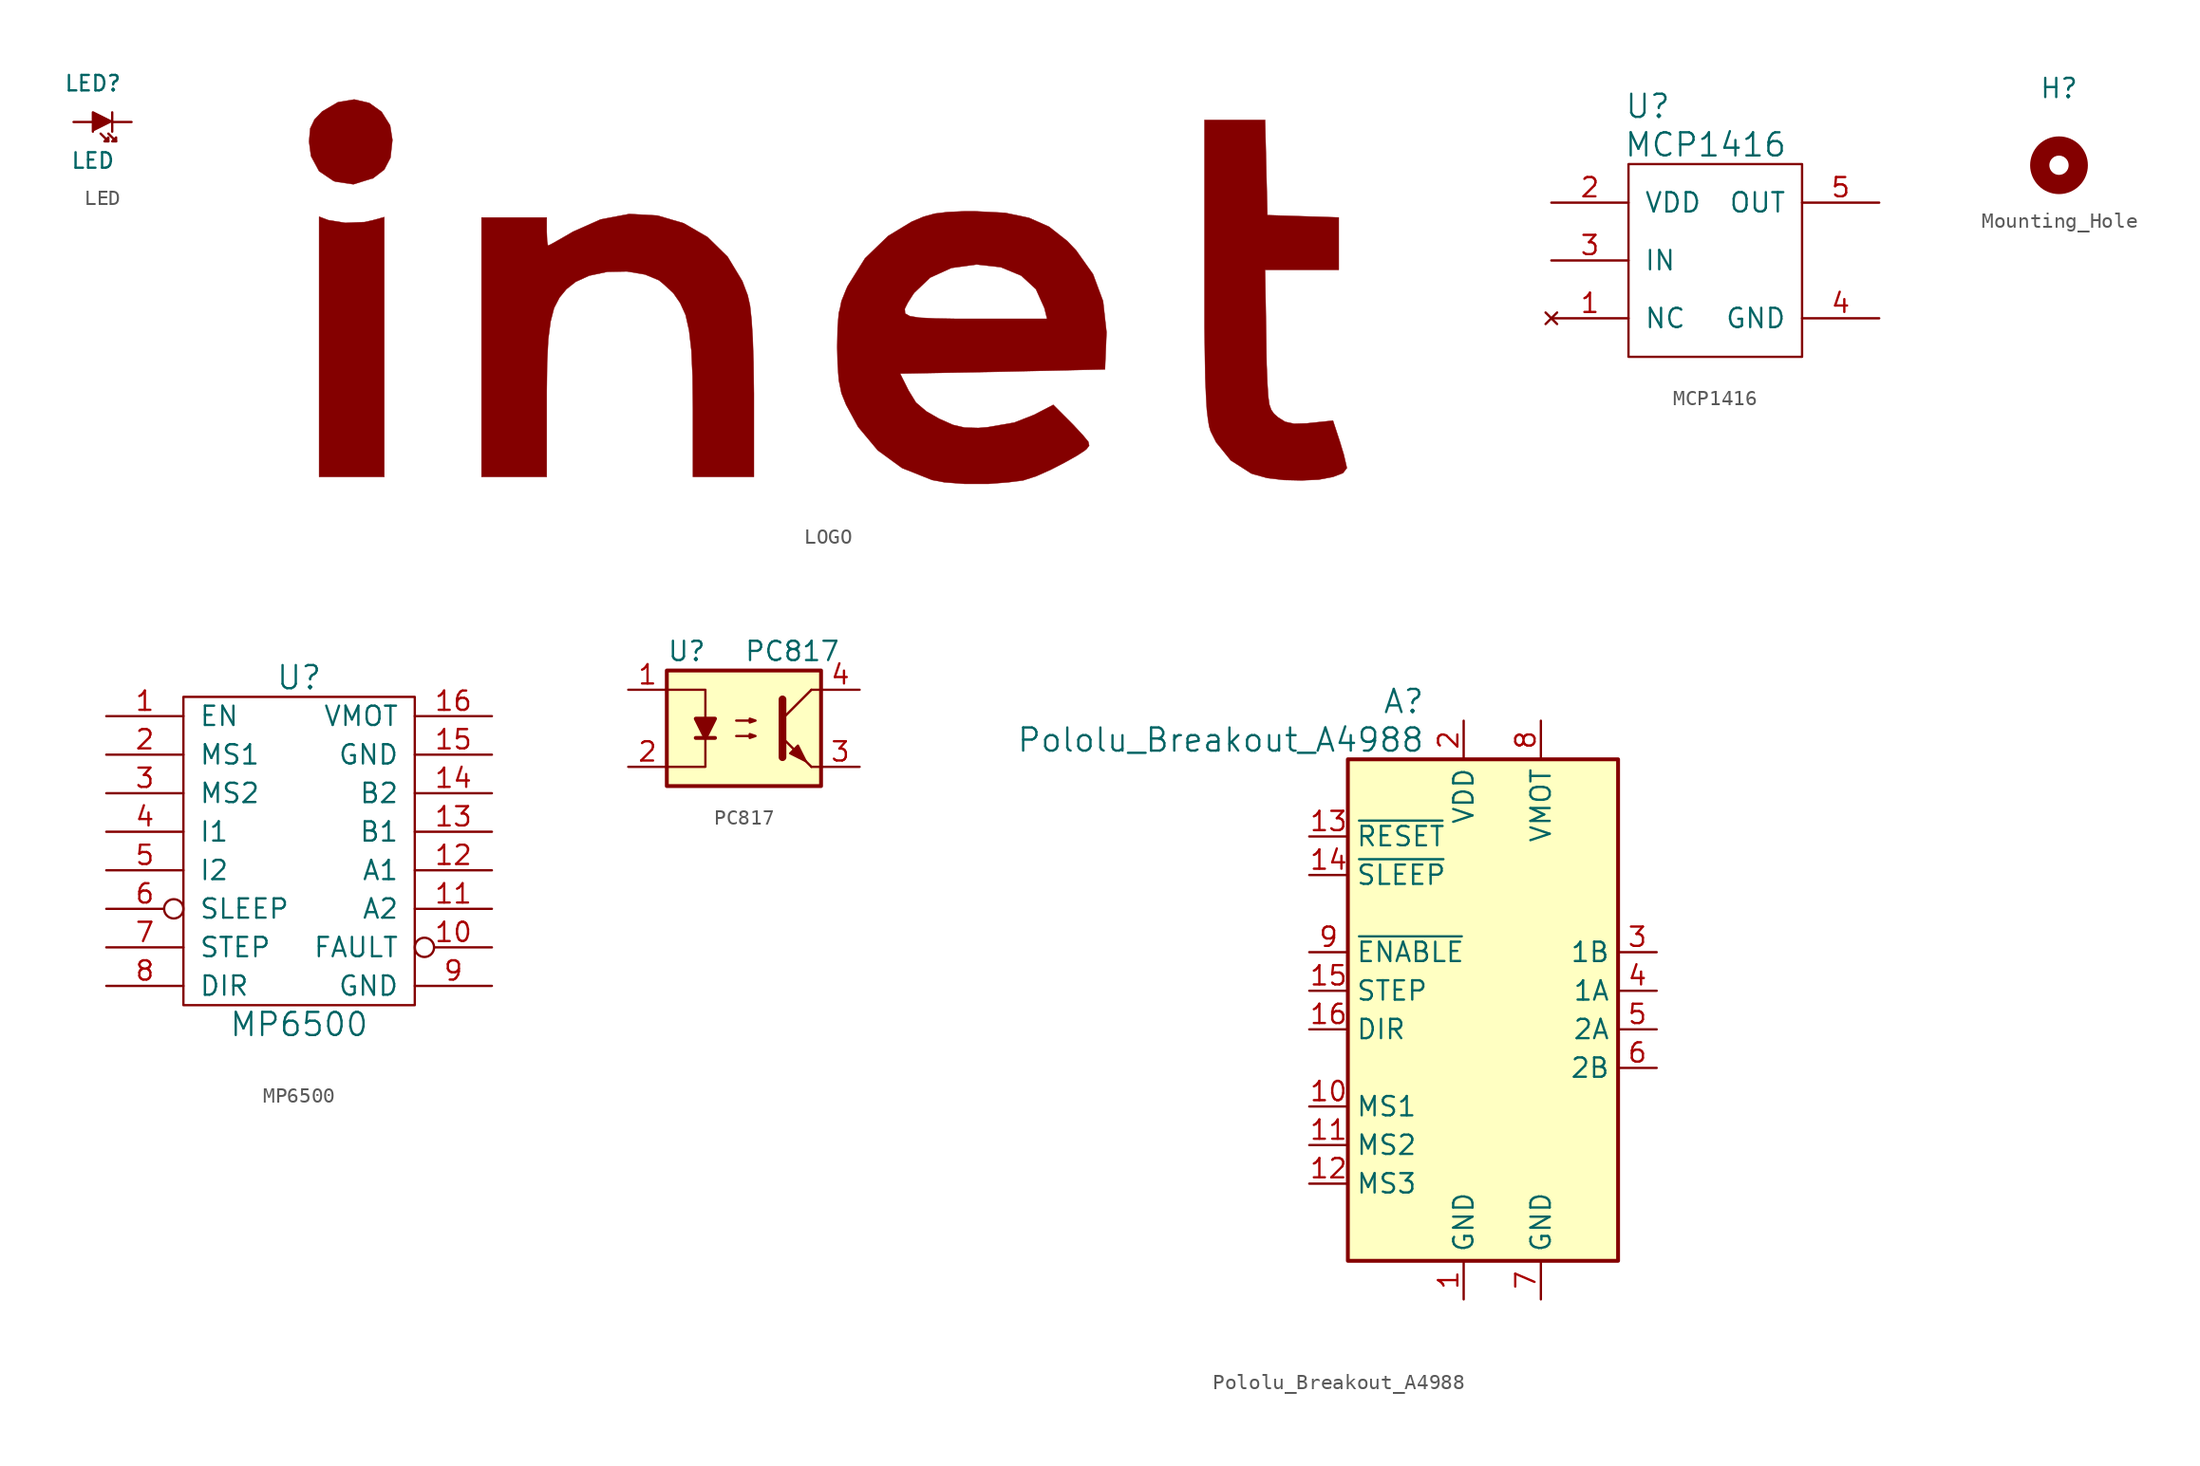
<source format=kicad_sym>
(kicad_symbol_lib
  (version 20211014)
  (generator kicad_symbol_editor)
  (symbol "LED"
    (pin_numbers hide)
    (pin_names
      (offset 1.016) hide)
    (property "Reference" "LED"
      (at 0 2.54 0)
      (effects (font (size 1.016 1.016))))
    (property "Value" "LED"
      (at 0 -2.54 0)
      (effects (font (size 1.016 1.016))))
    (property "Footprint" ""
      (at 0 0 0)
      (effects (font (size 1.524 1.524))))
    (property "Datasheet" ""
      (at 0 0 0)
      (effects (font (size 1.524 1.524))))
    (symbol "LED_0_1"
      (polyline (pts (xy 0.508 -0.762) (xy 1.016 -1.27) (xy 1.016 -1.27)) (stroke (width 0) (type default) (color 0 0 0 0)) (fill (type none)))
      (polyline (pts (xy 1.016 -0.762) (xy 1.524 -1.27) (xy 1.524 -1.27)) (stroke (width 0) (type default) (color 0 0 0 0)) (fill (type none)))
      (polyline (pts (xy 1.27 -0.635) (xy 1.27 0.635) (xy 1.27 0.635)) (stroke (width 0) (type default) (color 0 0 0 0)) (fill (type none)))
      (polyline (pts (xy 1.27 0) (xy 0 0.635) (xy 0 -0.635) (xy 0 -0.635)) (stroke (width 0) (type default) (color 0 0 0 0)) (fill (type outline)))
      (polyline (pts (xy 1.524 -1.27) (xy 1.27 -1.27) (xy 1.524 -1.016) (xy 1.524 -1.27) (xy 1.524 -1.27)) (stroke (width 0) (type default) (color 0 0 0 0)) (fill (type outline)))
      (polyline (pts (xy 1.016 -1.27) (xy 0.762 -1.27) (xy 1.016 -1.016) (xy 1.016 -1.27) (xy 1.016 -1.27) (xy 1.016 -1.27)) (stroke (width 0) (type default) (color 0 0 0 0)) (fill (type outline))))
    (symbol "LED_1_1"
      (pin passive line (at -1.27 0 0) (length 1.27) (name "A" (effects (font (size 1.016 1.016)))) (number "1" (effects (font (size 1.016 1.016)))))
      (pin passive line (at 2.54 0 180) (length 1.27) (name "K" (effects (font (size 1.016 1.016)))) (number "2" (effects (font (size 1.016 1.016)))))))
  (symbol "LOGO"
    (pin_names
      (offset 1.016))
    (property "Reference" "#G"
      (at 0 -15.799 0)
      (effects (font (size 1.524 1.524)) hide))
    (symbol "LOGO_0_0"
      (polyline (pts (xy -30.201 5.359) (xy -30.937 5.156) (xy -31.496 5.029) (xy -32.766 4.978) (xy -33.884 5.156) (xy -34.493 5.385) (xy -34.493 -11.76) (xy -30.201 -11.76) (xy -30.201 5.359)) (stroke (width 0.025) (type default) (color 0 0 0 0)) (fill (type outline)))
      (polyline (pts (xy -31.013 7.899) (xy -30.963 7.899) (xy -30.201 8.484) (xy -29.794 9.271) (xy -29.667 10.439) (xy -29.82 11.405) (xy -30.378 12.294) (xy -31.191 12.878) (xy -32.182 13.106) (xy -33.249 12.929) (xy -34.29 12.319) (xy -34.798 11.786) (xy -35.077 11.201) (xy -35.154 10.338) (xy -35.027 9.373) (xy -34.493 8.382) (xy -33.553 7.747) (xy -33.426 7.696) (xy -32.233 7.518) (xy -31.013 7.899)) (stroke (width 0.025) (type default) (color 0 0 0 0)) (fill (type outline)))
      (polyline (pts (xy 31.318 -11.938) (xy 32.258 -11.76) (xy 32.918 -11.506) (xy 33.172 -11.176) (xy 33.122 -10.947) (xy 32.969 -10.287) (xy 32.715 -9.449) (xy 32.258 -8.052) (xy 30.785 -8.204) (xy 30.556 -8.23) (xy 29.693 -8.255) (xy 29.108 -8.128) (xy 28.626 -7.823) (xy 28.6 -7.798) (xy 28.372 -7.595) (xy 28.194 -7.341) (xy 28.067 -6.985) (xy 27.991 -6.426) (xy 27.94 -5.588) (xy 27.889 -4.369) (xy 27.864 -2.692) (xy 27.788 1.88) (xy 32.639 1.88) (xy 32.639 5.334) (xy 30.277 5.41) (xy 27.94 5.486) (xy 27.864 8.611) (xy 27.788 11.76) (xy 23.8 11.76) (xy 23.8 -1.854) (xy 23.825 -3.759) (xy 23.851 -5.258) (xy 23.901 -6.426) (xy 23.952 -7.315) (xy 24.028 -7.95) (xy 24.105 -8.433) (xy 24.206 -8.763) (xy 24.562 -9.474) (xy 25.527 -10.668) (xy 26.873 -11.532) (xy 27.026 -11.582) (xy 27.94 -11.836) (xy 29.032 -11.963) (xy 30.201 -11.989) (xy 31.318 -11.938)) (stroke (width 0.025) (type default) (color 0 0 0 0)) (fill (type outline)))
      (polyline (pts (xy -19.507 -6.223) (xy -19.482 -4.242) (xy -19.406 -2.692) (xy -19.253 -1.524) (xy -19.025 -0.635) (xy -18.669 0.051) (xy -18.212 0.61) (xy -17.602 1.092) (xy -16.713 1.499) (xy -15.519 1.753) (xy -14.224 1.778) (xy -13.03 1.575) (xy -12.116 1.194) (xy -11.811 0.94) (xy -11.176 0.356) (xy -10.719 -0.305) (xy -10.363 -1.092) (xy -10.135 -2.108) (xy -9.982 -3.429) (xy -9.906 -5.131) (xy -9.881 -7.29) (xy -9.881 -11.76) (xy -5.867 -11.76) (xy -5.867 -6.274) (xy -5.893 -4.216) (xy -5.944 -2.642) (xy -6.02 -1.422) (xy -6.121 -0.483) (xy -6.274 0.203) (xy -6.629 1.143) (xy -7.595 2.743) (xy -8.915 4.039) (xy -10.49 4.953) (xy -12.217 5.461) (xy -14.072 5.563) (xy -15.951 5.207) (xy -17.78 4.394) (xy -18.567 3.937) (xy -19.152 3.607) (xy -19.406 3.48) (xy -19.431 3.48) (xy -19.482 3.785) (xy -19.507 4.42) (xy -19.507 5.334) (xy -23.8 5.334) (xy -23.8 -11.76) (xy -19.507 -11.76) (xy -19.507 -6.223)) (stroke (width 0.025) (type default) (color 0 0 0 0)) (fill (type outline)))
      (polyline (pts (xy 10.871 -12.116) (xy 11.862 -11.989) (xy 12.725 -11.709) (xy 13.691 -11.278) (xy 14.58 -10.82) (xy 15.392 -10.363) (xy 15.9 -10.033) (xy 16.027 -9.931) (xy 16.205 -9.703) (xy 16.154 -9.449) (xy 15.799 -9.017) (xy 15.138 -8.306) (xy 13.843 -7.01) (xy 12.573 -7.671) (xy 11.278 -8.179) (xy 9.525 -8.484) (xy 8.915 -8.534) (xy 8.001 -8.509) (xy 7.239 -8.331) (xy 6.325 -7.925) (xy 5.486 -7.442) (xy 4.801 -6.858) (xy 4.318 -6.071) (xy 3.759 -4.953) (xy 10.49 -4.826) (xy 17.247 -4.674) (xy 17.348 -2.235) (xy 17.12 -0.178) (xy 16.459 1.6) (xy 15.342 3.175) (xy 14.757 3.785) (xy 13.564 4.724) (xy 12.243 5.309) (xy 10.668 5.639) (xy 8.687 5.74) (xy 8.001 5.74) (xy 6.883 5.69) (xy 6.045 5.588) (xy 5.309 5.385) (xy 4.521 5.055) (xy 2.972 4.115) (xy 1.448 2.642) (xy 0.305 0.813) (xy 0.203 0.584) (xy -0.102 -0.178) (xy -0.203 -0.686) (xy 4.064 -0.686) (xy 4.267 -0.279) (xy 4.623 0.279) (xy 4.699 0.381) (xy 5.74 1.372) (xy 7.137 2.007) (xy 8.788 2.235) (xy 10.389 2.057) (xy 11.735 1.499) (xy 12.7 0.61) (xy 13.259 -0.635) (xy 13.437 -1.346) (xy 7.544 -1.346) (xy 6.071 -1.321) (xy 5.029 -1.27) (xy 4.394 -1.168) (xy 4.089 -0.991) (xy 4.064 -0.686) (xy -0.203 -0.686) (xy -0.279 -0.965) (xy -0.356 -1.905) (xy -0.381 -3.2) (xy -0.356 -4.318) (xy -0.279 -5.385) (xy -0.102 -6.248) (xy 0.203 -7.01) (xy 0.991 -8.458) (xy 2.286 -10.008) (xy 3.886 -11.176) (xy 5.867 -11.963) (xy 6.68 -12.116) (xy 8.001 -12.217) (xy 9.576 -12.217) (xy 10.871 -12.116)) (stroke (width 0.025) (type default) (color 0 0 0 0)) (fill (type outline)))))
  (symbol "MCP1416"
    (pin_names
      (offset 1.016))
    (property "Reference" "U"
      (at 1.27 10.16 0)
      (effects (font (size 1.524 1.524))))
    (property "Value" "MCP1416"
      (at 5.08 7.62 0)
      (effects (font (size 1.524 1.524))))
    (property "Footprint" ""
      (at 0 0 0)
      (effects (font (size 1.524 1.524))))
    (property "Datasheet" ""
      (at 0 0 0)
      (effects (font (size 1.524 1.524))))
    (symbol "MCP1416_0_1"
      (rectangle (start 0 6.35) (end 11.43 -6.35) (stroke (width 0) (type default) (color 0 0 0 0)) (fill (type none))))
    (symbol "MCP1416_1_1"
      (pin no_connect line (at -5.08 -3.81 0) (length 5.08) (name "NC" (effects (font (size 1.27 1.27)))) (number "1" (effects (font (size 1.27 1.27)))))
      (pin power_in line (at -5.08 3.81 0) (length 5.08) (name "VDD" (effects (font (size 1.27 1.27)))) (number "2" (effects (font (size 1.27 1.27)))))
      (pin input line (at -5.08 0 0) (length 5.08) (name "IN" (effects (font (size 1.27 1.27)))) (number "3" (effects (font (size 1.27 1.27)))))
      (pin power_in line (at 16.51 -3.81 180) (length 5.08) (name "GND" (effects (font (size 1.27 1.27)))) (number "4" (effects (font (size 1.27 1.27)))))
      (pin output line (at 16.51 3.81 180) (length 5.08) (name "OUT" (effects (font (size 1.27 1.27)))) (number "5" (effects (font (size 1.27 1.27)))))))
  (symbol "Mounting_Hole"
    (pin_names
      (offset 1.016))
    (property "Reference" "H"
      (at 0 5.08 0)
      (effects (font (size 1.27 1.27))))
    (symbol "Mounting_Hole_0_1"
      (circle (center 0 0) (radius 1.27) (stroke (width 1.27) (type default) (color 0 0 0 0)) (fill (type none)))))
  (symbol "MP6500"
    (pin_names
      (offset 1.016))
    (property "Reference" "U"
      (at 0 11.43 0)
      (effects (font (size 1.524 1.524))))
    (property "Value" "MP6500"
      (at 0 -11.43 0)
      (effects (font (size 1.524 1.524))))
    (symbol "MP6500_0_1"
      (rectangle (start -7.62 10.16) (end 7.62 -10.16) (stroke (width 0) (type default) (color 0 0 0 0)) (fill (type none))))
    (symbol "MP6500_1_1"
      (pin passive line (at -12.7 8.89 0) (length 5.08) (name "EN" (effects (font (size 1.27 1.27)))) (number "1" (effects (font (size 1.27 1.27)))))
      (pin passive inverted (at 12.7 -6.35 180) (length 5.08) (name "FAULT" (effects (font (size 1.27 1.27)))) (number "10" (effects (font (size 1.27 1.27)))))
      (pin passive line (at 12.7 -3.81 180) (length 5.08) (name "A2" (effects (font (size 1.27 1.27)))) (number "11" (effects (font (size 1.27 1.27)))))
      (pin passive line (at 12.7 -1.27 180) (length 5.08) (name "A1" (effects (font (size 1.27 1.27)))) (number "12" (effects (font (size 1.27 1.27)))))
      (pin passive line (at 12.7 1.27 180) (length 5.08) (name "B1" (effects (font (size 1.27 1.27)))) (number "13" (effects (font (size 1.27 1.27)))))
      (pin passive line (at 12.7 3.81 180) (length 5.08) (name "B2" (effects (font (size 1.27 1.27)))) (number "14" (effects (font (size 1.27 1.27)))))
      (pin passive line (at 12.7 6.35 180) (length 5.08) (name "GND" (effects (font (size 1.27 1.27)))) (number "15" (effects (font (size 1.27 1.27)))))
      (pin passive line (at 12.7 8.89 180) (length 5.08) (name "VMOT" (effects (font (size 1.27 1.27)))) (number "16" (effects (font (size 1.27 1.27)))))
      (pin passive line (at -12.7 6.35 0) (length 5.08) (name "MS1" (effects (font (size 1.27 1.27)))) (number "2" (effects (font (size 1.27 1.27)))))
      (pin passive line (at -12.7 3.81 0) (length 5.08) (name "MS2" (effects (font (size 1.27 1.27)))) (number "3" (effects (font (size 1.27 1.27)))))
      (pin passive line (at -12.7 1.27 0) (length 5.08) (name "I1" (effects (font (size 1.27 1.27)))) (number "4" (effects (font (size 1.27 1.27)))))
      (pin passive line (at -12.7 -1.27 0) (length 5.08) (name "I2" (effects (font (size 1.27 1.27)))) (number "5" (effects (font (size 1.27 1.27)))))
      (pin passive inverted (at -12.7 -3.81 0) (length 5.08) (name "SLEEP" (effects (font (size 1.27 1.27)))) (number "6" (effects (font (size 1.27 1.27)))))
      (pin passive line (at -12.7 -6.35 0) (length 5.08) (name "STEP" (effects (font (size 1.27 1.27)))) (number "7" (effects (font (size 1.27 1.27)))))
      (pin passive line (at -12.7 -8.89 0) (length 5.08) (name "DIR" (effects (font (size 1.27 1.27)))) (number "8" (effects (font (size 1.27 1.27)))))
      (pin passive line (at 12.7 -8.89 180) (length 5.08) (name "GND" (effects (font (size 1.27 1.27)))) (number "9" (effects (font (size 1.27 1.27)))))))
  (symbol "PC817"
    (pin_names
      (offset 1.016))
    (property "Reference" "U"
      (at -5.08 5.08 0)
      (effects (font (size 1.27 1.27)) (justify left)))
    (property "Value" "PC817"
      (at 0 5.08 0)
      (effects (font (size 1.27 1.27)) (justify left)))
    (symbol "PC817_0_1"
      (rectangle (start -5.08 3.81) (end 5.08 -3.81) (stroke (width 0.254) (type default) (color 0 0 0 0)) (fill (type background)))
      (polyline (pts (xy -3.175 -0.635) (xy -1.905 -0.635)) (stroke (width 0.254) (type default) (color 0 0 0 0)) (fill (type none)))
      (polyline (pts (xy 2.54 0.635) (xy 4.445 2.54)) (stroke (width 0) (type default) (color 0 0 0 0)) (fill (type none)))
      (polyline (pts (xy 4.445 -2.54) (xy 2.54 -0.635)) (stroke (width 0) (type default) (color 0 0 0 0)) (fill (type outline)))
      (polyline (pts (xy 4.445 -2.54) (xy 5.08 -2.54)) (stroke (width 0) (type default) (color 0 0 0 0)) (fill (type none)))
      (polyline (pts (xy 4.445 2.54) (xy 5.08 2.54)) (stroke (width 0) (type default) (color 0 0 0 0)) (fill (type none)))
      (polyline (pts (xy -5.08 2.54) (xy -2.54 2.54) (xy -2.54 0.635)) (stroke (width 0) (type default) (color 0 0 0 0)) (fill (type none)))
      (polyline (pts (xy -2.54 -0.635) (xy -2.54 -2.54) (xy -5.08 -2.54)) (stroke (width 0) (type default) (color 0 0 0 0)) (fill (type none)))
      (polyline (pts (xy 2.54 1.905) (xy 2.54 -1.905) (xy 2.54 -1.905)) (stroke (width 0.508) (type default) (color 0 0 0 0)) (fill (type none)))
      (polyline (pts (xy -2.54 -0.635) (xy -3.175 0.635) (xy -1.905 0.635) (xy -2.54 -0.635)) (stroke (width 0.254) (type default) (color 0 0 0 0)) (fill (type outline)))
      (polyline (pts (xy -0.508 -0.508) (xy 0.762 -0.508) (xy 0.381 -0.635) (xy 0.381 -0.381) (xy 0.762 -0.508)) (stroke (width 0) (type default) (color 0 0 0 0)) (fill (type none)))
      (polyline (pts (xy -0.508 0.508) (xy 0.762 0.508) (xy 0.381 0.381) (xy 0.381 0.635) (xy 0.762 0.508)) (stroke (width 0) (type default) (color 0 0 0 0)) (fill (type none)))
      (polyline (pts (xy 3.048 -1.651) (xy 3.556 -1.143) (xy 4.064 -2.159) (xy 3.048 -1.651) (xy 3.048 -1.651)) (stroke (width 0) (type default) (color 0 0 0 0)) (fill (type outline))))
    (symbol "PC817_1_1"
      (pin passive line (at -7.62 2.54 0) (length 2.54) (name "~" (effects (font (size 1.27 1.27)))) (number "1" (effects (font (size 1.27 1.27)))))
      (pin passive line (at -7.62 -2.54 0) (length 2.54) (name "~" (effects (font (size 1.27 1.27)))) (number "2" (effects (font (size 1.27 1.27)))))
      (pin passive line (at 7.62 -2.54 180) (length 2.54) (name "~" (effects (font (size 1.27 1.27)))) (number "3" (effects (font (size 1.27 1.27)))))
      (pin passive line (at 7.62 2.54 180) (length 2.54) (name "~" (effects (font (size 1.27 1.27)))) (number "4" (effects (font (size 1.27 1.27)))))))
  (symbol "Pololu_Breakout_A4988"
    (property "Reference" "A"
      (at -2.54 19.05 0)
      (effects (font (size 1.524 1.524)) (justify right)))
    (property "Value" "Pololu_Breakout_A4988"
      (at -2.54 16.51 0)
      (effects (font (size 1.524 1.524)) (justify right)))
    (symbol "Pololu_Breakout_A4988_0_1"
      (rectangle (start 10.16 -17.78) (end -7.62 15.24) (stroke (width 0.254) (type default) (color 0 0 0 0)) (fill (type background))))
    (symbol "Pololu_Breakout_A4988_1_1"
      (pin power_in line (at 0 -20.32 90) (length 2.54) (name "GND" (effects (font (size 1.27 1.27)))) (number "1" (effects (font (size 1.27 1.27)))))
      (pin input line (at -10.16 -7.62 0) (length 2.54) (name "MS1" (effects (font (size 1.27 1.27)))) (number "10" (effects (font (size 1.27 1.27)))))
      (pin input line (at -10.16 -10.16 0) (length 2.54) (name "MS2" (effects (font (size 1.27 1.27)))) (number "11" (effects (font (size 1.27 1.27)))))
      (pin input line (at -10.16 -12.7 0) (length 2.54) (name "MS3" (effects (font (size 1.27 1.27)))) (number "12" (effects (font (size 1.27 1.27)))))
      (pin input line (at -10.16 10.16 0) (length 2.54) (name "~{RESET}" (effects (font (size 1.27 1.27)))) (number "13" (effects (font (size 1.27 1.27)))))
      (pin input line (at -10.16 7.62 0) (length 2.54) (name "~{SLEEP}" (effects (font (size 1.27 1.27)))) (number "14" (effects (font (size 1.27 1.27)))))
      (pin input line (at -10.16 0 0) (length 2.54) (name "STEP" (effects (font (size 1.27 1.27)))) (number "15" (effects (font (size 1.27 1.27)))))
      (pin input line (at -10.16 -2.54 0) (length 2.54) (name "DIR" (effects (font (size 1.27 1.27)))) (number "16" (effects (font (size 1.27 1.27)))))
      (pin power_in line (at 0 17.78 270) (length 2.54) (name "VDD" (effects (font (size 1.27 1.27)))) (number "2" (effects (font (size 1.27 1.27)))))
      (pin output line (at 12.7 2.54 180) (length 2.54) (name "1B" (effects (font (size 1.27 1.27)))) (number "3" (effects (font (size 1.27 1.27)))))
      (pin output line (at 12.7 0 180) (length 2.54) (name "1A" (effects (font (size 1.27 1.27)))) (number "4" (effects (font (size 1.27 1.27)))))
      (pin output line (at 12.7 -2.54 180) (length 2.54) (name "2A" (effects (font (size 1.27 1.27)))) (number "5" (effects (font (size 1.27 1.27)))))
      (pin output line (at 12.7 -5.08 180) (length 2.54) (name "2B" (effects (font (size 1.27 1.27)))) (number "6" (effects (font (size 1.27 1.27)))))
      (pin power_in line (at 5.08 -20.32 90) (length 2.54) (name "GND" (effects (font (size 1.27 1.27)))) (number "7" (effects (font (size 1.27 1.27)))))
      (pin power_in line (at 5.08 17.78 270) (length 2.54) (name "VMOT" (effects (font (size 1.27 1.27)))) (number "8" (effects (font (size 1.27 1.27)))))
      (pin input line (at -10.16 2.54 0) (length 2.54) (name "~{ENABLE}" (effects (font (size 1.27 1.27)))) (number "9" (effects (font (size 1.27 1.27))))))))
</source>
